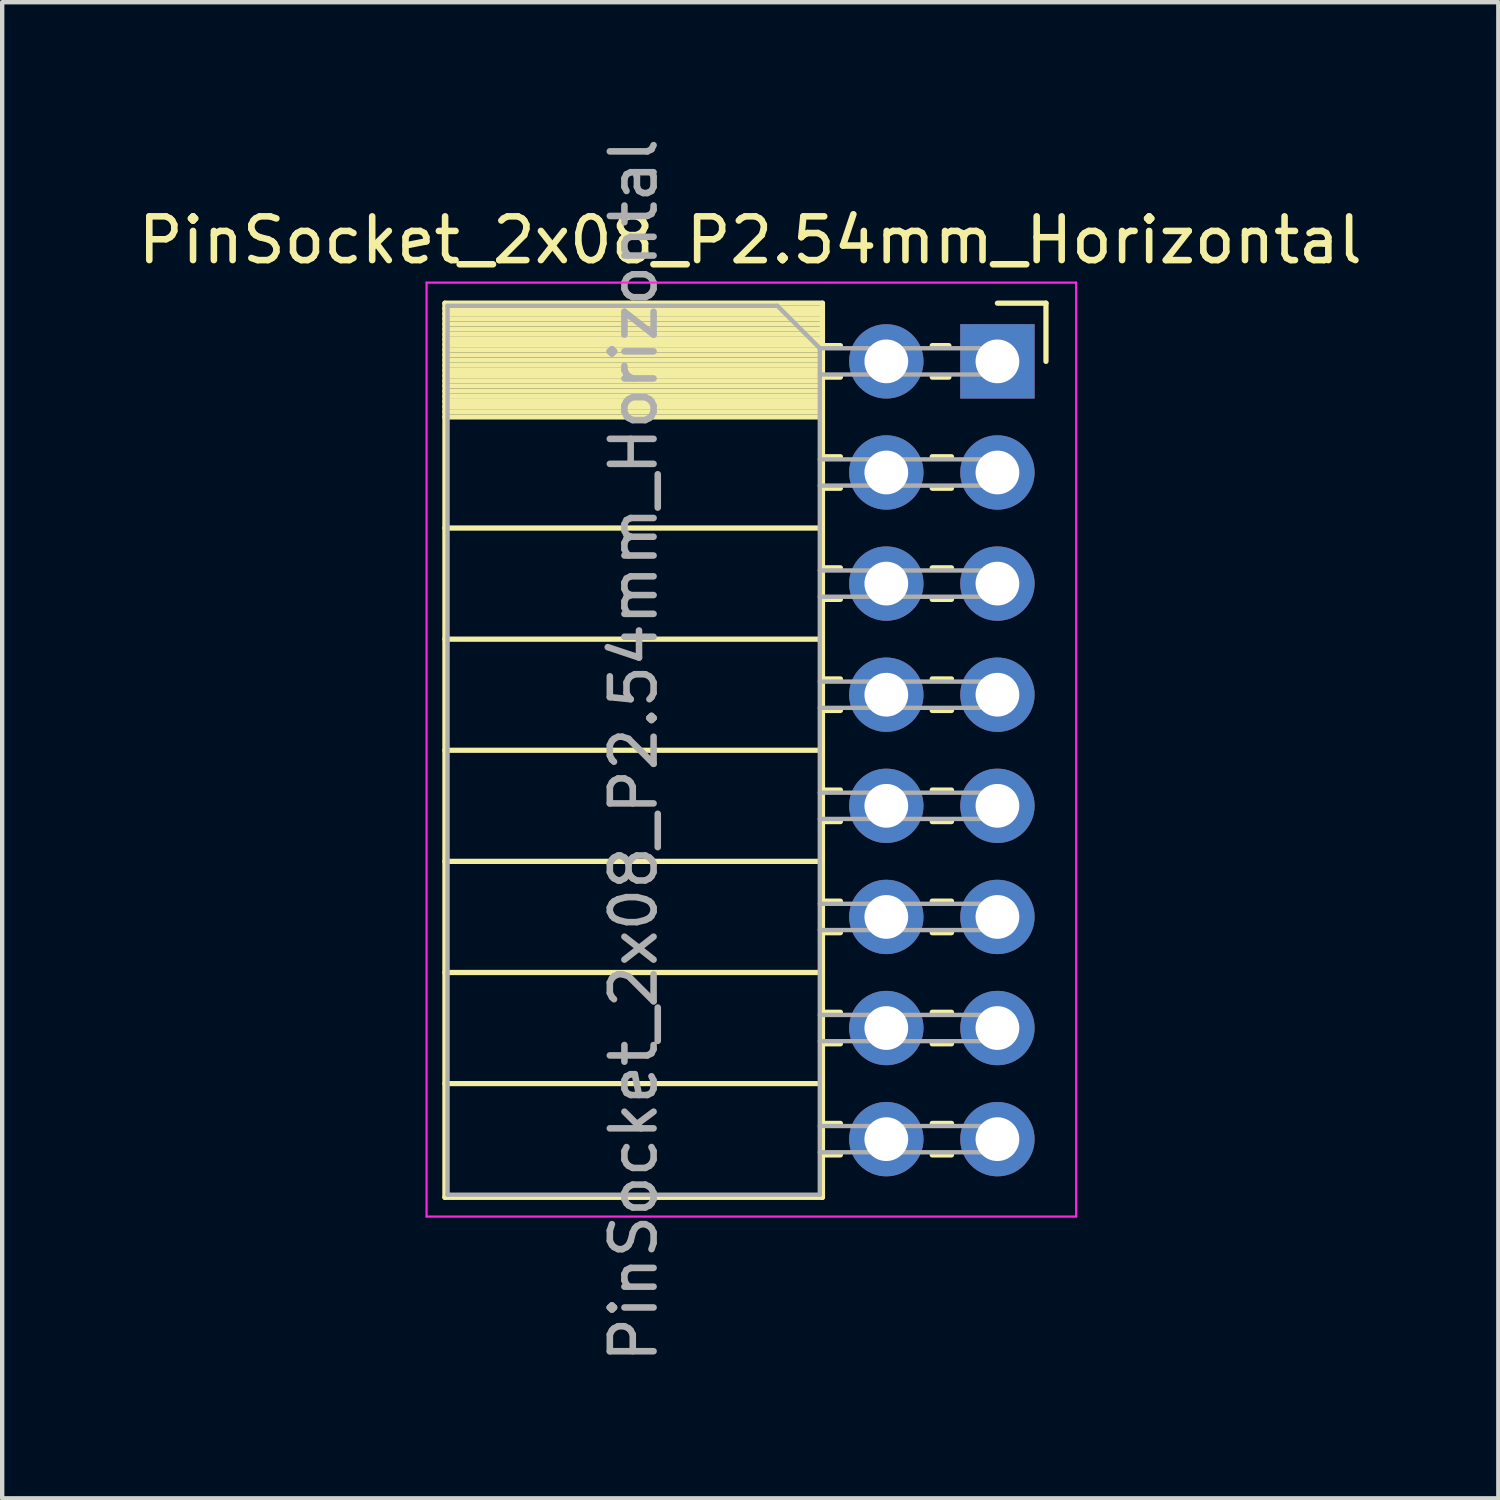
<source format=kicad_pcb>
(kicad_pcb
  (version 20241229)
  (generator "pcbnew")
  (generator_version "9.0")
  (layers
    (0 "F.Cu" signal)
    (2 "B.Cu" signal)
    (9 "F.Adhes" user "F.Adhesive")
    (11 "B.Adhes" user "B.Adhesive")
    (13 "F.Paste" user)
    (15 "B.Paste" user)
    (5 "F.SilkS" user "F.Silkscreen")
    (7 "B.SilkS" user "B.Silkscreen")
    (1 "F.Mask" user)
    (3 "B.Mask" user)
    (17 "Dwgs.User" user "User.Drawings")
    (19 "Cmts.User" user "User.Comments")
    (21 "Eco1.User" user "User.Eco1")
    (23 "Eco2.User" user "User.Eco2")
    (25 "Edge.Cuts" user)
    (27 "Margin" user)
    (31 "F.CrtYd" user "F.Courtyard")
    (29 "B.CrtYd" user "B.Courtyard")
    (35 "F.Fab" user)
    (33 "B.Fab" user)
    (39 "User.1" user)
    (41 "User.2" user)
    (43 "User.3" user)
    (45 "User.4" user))
  (footprint "PinSocket_2x08_P2.54mm_Horizontal"
    (layer "F.Cu")
    (at 19.751 5.211)
    (property "Reference" "PinSocket_2x08_P2.54mm_Horizontal" (at -5.65 -2.77 0) (layer "F.SilkS") (effects (font (size 1 1) (thickness 0.15))))
    (attr through_hole)
    (fp_line (start -12.63 -1.33) (end -12.63 19.11) (stroke (width 0.12) (type solid)) (layer "F.SilkS"))
    (fp_line (start -12.63 -1.33) (end -4 -1.33) (stroke (width 0.12) (type solid)) (layer "F.SilkS"))
    (fp_line (start -12.63 -1.21) (end -4 -1.21) (stroke (width 0.12) (type solid)) (layer "F.SilkS"))
    (fp_line (start -12.63 -1.092) (end -4 -1.092) (stroke (width 0.12) (type solid)) (layer "F.SilkS"))
    (fp_line (start -12.63 -0.974) (end -4 -0.974) (stroke (width 0.12) (type solid)) (layer "F.SilkS"))
    (fp_line (start -12.63 -0.856) (end -4 -0.856) (stroke (width 0.12) (type solid)) (layer "F.SilkS"))
    (fp_line (start -12.63 -0.738) (end -4 -0.738) (stroke (width 0.12) (type solid)) (layer "F.SilkS"))
    (fp_line (start -12.63 -0.62) (end -4 -0.62) (stroke (width 0.12) (type solid)) (layer "F.SilkS"))
    (fp_line (start -12.63 -0.501) (end -4 -0.501) (stroke (width 0.12) (type solid)) (layer "F.SilkS"))
    (fp_line (start -12.63 -0.383) (end -4 -0.383) (stroke (width 0.12) (type solid)) (layer "F.SilkS"))
    (fp_line (start -12.63 -0.265) (end -4 -0.265) (stroke (width 0.12) (type solid)) (layer "F.SilkS"))
    (fp_line (start -12.63 -0.147) (end -4 -0.147) (stroke (width 0.12) (type solid)) (layer "F.SilkS"))
    (fp_line (start -12.63 -0.029) (end -4 -0.029) (stroke (width 0.12) (type solid)) (layer "F.SilkS"))
    (fp_line (start -12.63 0.089) (end -4 0.089) (stroke (width 0.12) (type solid)) (layer "F.SilkS"))
    (fp_line (start -12.63 0.207) (end -4 0.207) (stroke (width 0.12) (type solid)) (layer "F.SilkS"))
    (fp_line (start -12.63 0.325) (end -4 0.325) (stroke (width 0.12) (type solid)) (layer "F.SilkS"))
    (fp_line (start -12.63 0.443) (end -4 0.443) (stroke (width 0.12) (type solid)) (layer "F.SilkS"))
    (fp_line (start -12.63 0.561) (end -4 0.561) (stroke (width 0.12) (type solid)) (layer "F.SilkS"))
    (fp_line (start -12.63 0.68) (end -4 0.68) (stroke (width 0.12) (type solid)) (layer "F.SilkS"))
    (fp_line (start -12.63 0.798) (end -4 0.798) (stroke (width 0.12) (type solid)) (layer "F.SilkS"))
    (fp_line (start -12.63 0.916) (end -4 0.916) (stroke (width 0.12) (type solid)) (layer "F.SilkS"))
    (fp_line (start -12.63 1.034) (end -4 1.034) (stroke (width 0.12) (type solid)) (layer "F.SilkS"))
    (fp_line (start -12.63 1.152) (end -4 1.152) (stroke (width 0.12) (type solid)) (layer "F.SilkS"))
    (fp_line (start -12.63 1.27) (end -4 1.27) (stroke (width 0.12) (type solid)) (layer "F.SilkS"))
    (fp_line (start -12.63 3.81) (end -4 3.81) (stroke (width 0.12) (type solid)) (layer "F.SilkS"))
    (fp_line (start -12.63 6.35) (end -4 6.35) (stroke (width 0.12) (type solid)) (layer "F.SilkS"))
    (fp_line (start -12.63 8.89) (end -4 8.89) (stroke (width 0.12) (type solid)) (layer "F.SilkS"))
    (fp_line (start -12.63 11.43) (end -4 11.43) (stroke (width 0.12) (type solid)) (layer "F.SilkS"))
    (fp_line (start -12.63 13.97) (end -4 13.97) (stroke (width 0.12) (type solid)) (layer "F.SilkS"))
    (fp_line (start -12.63 16.51) (end -4 16.51) (stroke (width 0.12) (type solid)) (layer "F.SilkS"))
    (fp_line (start -12.63 19.11) (end -4 19.11) (stroke (width 0.12) (type solid)) (layer "F.SilkS"))
    (fp_line (start -4 -1.33) (end -4 19.11) (stroke (width 0.12) (type solid)) (layer "F.SilkS"))
    (fp_line (start -4 -0.36) (end -3.59 -0.36) (stroke (width 0.12) (type solid)) (layer "F.SilkS"))
    (fp_line (start -4 0.36) (end -3.59 0.36) (stroke (width 0.12) (type solid)) (layer "F.SilkS"))
    (fp_line (start -4 2.18) (end -3.59 2.18) (stroke (width 0.12) (type solid)) (layer "F.SilkS"))
    (fp_line (start -4 2.9) (end -3.59 2.9) (stroke (width 0.12) (type solid)) (layer "F.SilkS"))
    (fp_line (start -4 4.72) (end -3.59 4.72) (stroke (width 0.12) (type solid)) (layer "F.SilkS"))
    (fp_line (start -4 5.44) (end -3.59 5.44) (stroke (width 0.12) (type solid)) (layer "F.SilkS"))
    (fp_line (start -4 7.26) (end -3.59 7.26) (stroke (width 0.12) (type solid)) (layer "F.SilkS"))
    (fp_line (start -4 7.98) (end -3.59 7.98) (stroke (width 0.12) (type solid)) (layer "F.SilkS"))
    (fp_line (start -4 9.8) (end -3.59 9.8) (stroke (width 0.12) (type solid)) (layer "F.SilkS"))
    (fp_line (start -4 10.52) (end -3.59 10.52) (stroke (width 0.12) (type solid)) (layer "F.SilkS"))
    (fp_line (start -4 12.34) (end -3.59 12.34) (stroke (width 0.12) (type solid)) (layer "F.SilkS"))
    (fp_line (start -4 13.06) (end -3.59 13.06) (stroke (width 0.12) (type solid)) (layer "F.SilkS"))
    (fp_line (start -4 14.88) (end -3.59 14.88) (stroke (width 0.12) (type solid)) (layer "F.SilkS"))
    (fp_line (start -4 15.6) (end -3.59 15.6) (stroke (width 0.12) (type solid)) (layer "F.SilkS"))
    (fp_line (start -4 17.42) (end -3.59 17.42) (stroke (width 0.12) (type solid)) (layer "F.SilkS"))
    (fp_line (start -4 18.14) (end -3.59 18.14) (stroke (width 0.12) (type solid)) (layer "F.SilkS"))
    (fp_line (start -1.49 -0.36) (end -1.11 -0.36) (stroke (width 0.12) (type solid)) (layer "F.SilkS"))
    (fp_line (start -1.49 0.36) (end -1.11 0.36) (stroke (width 0.12) (type solid)) (layer "F.SilkS"))
    (fp_line (start -1.49 2.18) (end -1.05 2.18) (stroke (width 0.12) (type solid)) (layer "F.SilkS"))
    (fp_line (start -1.49 2.9) (end -1.05 2.9) (stroke (width 0.12) (type solid)) (layer "F.SilkS"))
    (fp_line (start -1.49 4.72) (end -1.05 4.72) (stroke (width 0.12) (type solid)) (layer "F.SilkS"))
    (fp_line (start -1.49 5.44) (end -1.05 5.44) (stroke (width 0.12) (type solid)) (layer "F.SilkS"))
    (fp_line (start -1.49 7.26) (end -1.05 7.26) (stroke (width 0.12) (type solid)) (layer "F.SilkS"))
    (fp_line (start -1.49 7.98) (end -1.05 7.98) (stroke (width 0.12) (type solid)) (layer "F.SilkS"))
    (fp_line (start -1.49 9.8) (end -1.05 9.8) (stroke (width 0.12) (type solid)) (layer "F.SilkS"))
    (fp_line (start -1.49 10.52) (end -1.05 10.52) (stroke (width 0.12) (type solid)) (layer "F.SilkS"))
    (fp_line (start -1.49 12.34) (end -1.05 12.34) (stroke (width 0.12) (type solid)) (layer "F.SilkS"))
    (fp_line (start -1.49 13.06) (end -1.05 13.06) (stroke (width 0.12) (type solid)) (layer "F.SilkS"))
    (fp_line (start -1.49 14.88) (end -1.05 14.88) (stroke (width 0.12) (type solid)) (layer "F.SilkS"))
    (fp_line (start -1.49 15.6) (end -1.05 15.6) (stroke (width 0.12) (type solid)) (layer "F.SilkS"))
    (fp_line (start -1.49 17.42) (end -1.05 17.42) (stroke (width 0.12) (type solid)) (layer "F.SilkS"))
    (fp_line (start -1.49 18.14) (end -1.05 18.14) (stroke (width 0.12) (type solid)) (layer "F.SilkS"))
    (fp_line (start 0 -1.33) (end 1.11 -1.33) (stroke (width 0.12) (type solid)) (layer "F.SilkS"))
    (fp_line (start 1.11 -1.33) (end 1.11 0) (stroke (width 0.12) (type solid)) (layer "F.SilkS"))
    (fp_line (start -13.05 -1.8) (end -13.05 19.55) (stroke (width 0.05) (type solid)) (layer "F.CrtYd"))
    (fp_line (start -13.05 19.55) (end 1.8 19.55) (stroke (width 0.05) (type solid)) (layer "F.CrtYd"))
    (fp_line (start 1.8 -1.8) (end -13.05 -1.8) (stroke (width 0.05) (type solid)) (layer "F.CrtYd"))
    (fp_line (start 1.8 19.55) (end 1.8 -1.8) (stroke (width 0.05) (type solid)) (layer "F.CrtYd"))
    (fp_line (start -12.57 -1.27) (end -5.03 -1.27) (stroke (width 0.1) (type solid)) (layer "F.Fab"))
    (fp_line (start -12.57 19.05) (end -12.57 -1.27) (stroke (width 0.1) (type solid)) (layer "F.Fab"))
    (fp_line (start -5.03 -1.27) (end -4.06 -0.3) (stroke (width 0.1) (type solid)) (layer "F.Fab"))
    (fp_line (start -4.06 -0.3) (end -4.06 19.05) (stroke (width 0.1) (type solid)) (layer "F.Fab"))
    (fp_line (start -4.06 0.3) (end 0 0.3) (stroke (width 0.1) (type solid)) (layer "F.Fab"))
    (fp_line (start -4.06 2.84) (end 0 2.84) (stroke (width 0.1) (type solid)) (layer "F.Fab"))
    (fp_line (start -4.06 5.38) (end 0 5.38) (stroke (width 0.1) (type solid)) (layer "F.Fab"))
    (fp_line (start -4.06 7.92) (end 0 7.92) (stroke (width 0.1) (type solid)) (layer "F.Fab"))
    (fp_line (start -4.06 10.46) (end 0 10.46) (stroke (width 0.1) (type solid)) (layer "F.Fab"))
    (fp_line (start -4.06 13) (end 0 13) (stroke (width 0.1) (type solid)) (layer "F.Fab"))
    (fp_line (start -4.06 15.54) (end 0 15.54) (stroke (width 0.1) (type solid)) (layer "F.Fab"))
    (fp_line (start -4.06 18.08) (end 0 18.08) (stroke (width 0.1) (type solid)) (layer "F.Fab"))
    (fp_line (start -4.06 19.05) (end -12.57 19.05) (stroke (width 0.1) (type solid)) (layer "F.Fab"))
    (fp_line (start 0 -0.3) (end -4.06 -0.3) (stroke (width 0.1) (type solid)) (layer "F.Fab"))
    (fp_line (start 0 0.3) (end 0 -0.3) (stroke (width 0.1) (type solid)) (layer "F.Fab"))
    (fp_line (start 0 2.24) (end -4.06 2.24) (stroke (width 0.1) (type solid)) (layer "F.Fab"))
    (fp_line (start 0 2.84) (end 0 2.24) (stroke (width 0.1) (type solid)) (layer "F.Fab"))
    (fp_line (start 0 4.78) (end -4.06 4.78) (stroke (width 0.1) (type solid)) (layer "F.Fab"))
    (fp_line (start 0 5.38) (end 0 4.78) (stroke (width 0.1) (type solid)) (layer "F.Fab"))
    (fp_line (start 0 7.32) (end -4.06 7.32) (stroke (width 0.1) (type solid)) (layer "F.Fab"))
    (fp_line (start 0 7.92) (end 0 7.32) (stroke (width 0.1) (type solid)) (layer "F.Fab"))
    (fp_line (start 0 9.86) (end -4.06 9.86) (stroke (width 0.1) (type solid)) (layer "F.Fab"))
    (fp_line (start 0 10.46) (end 0 9.86) (stroke (width 0.1) (type solid)) (layer "F.Fab"))
    (fp_line (start 0 12.4) (end -4.06 12.4) (stroke (width 0.1) (type solid)) (layer "F.Fab"))
    (fp_line (start 0 13) (end 0 12.4) (stroke (width 0.1) (type solid)) (layer "F.Fab"))
    (fp_line (start 0 14.94) (end -4.06 14.94) (stroke (width 0.1) (type solid)) (layer "F.Fab"))
    (fp_line (start 0 15.54) (end 0 14.94) (stroke (width 0.1) (type solid)) (layer "F.Fab"))
    (fp_line (start 0 17.48) (end -4.06 17.48) (stroke (width 0.1) (type solid)) (layer "F.Fab"))
    (fp_line (start 0 18.08) (end 0 17.48) (stroke (width 0.1) (type solid)) (layer "F.Fab"))
    (fp_text user "${REFERENCE}" (at -8.315 8.89 90) (layer "F.Fab") (effects (font (size 1 1) (thickness 0.15))))
    (pad "1" thru_hole rect (at 0 0) (size 1.7 1.7) (drill 1) (layers "*.Cu" "*.Mask"))
    (pad "2" thru_hole oval (at -2.54 0) (size 1.7 1.7) (drill 1) (layers "*.Cu" "*.Mask"))
    (pad "3" thru_hole oval (at 0 2.54) (size 1.7 1.7) (drill 1) (layers "*.Cu" "*.Mask"))
    (pad "4" thru_hole oval (at -2.54 2.54) (size 1.7 1.7) (drill 1) (layers "*.Cu" "*.Mask"))
    (pad "5" thru_hole oval (at 0 5.08) (size 1.7 1.7) (drill 1) (layers "*.Cu" "*.Mask"))
    (pad "6" thru_hole oval (at -2.54 5.08) (size 1.7 1.7) (drill 1) (layers "*.Cu" "*.Mask"))
    (pad "7" thru_hole oval (at 0 7.62) (size 1.7 1.7) (drill 1) (layers "*.Cu" "*.Mask"))
    (pad "8" thru_hole oval (at -2.54 7.62) (size 1.7 1.7) (drill 1) (layers "*.Cu" "*.Mask"))
    (pad "9" thru_hole oval (at 0 10.16) (size 1.7 1.7) (drill 1) (layers "*.Cu" "*.Mask"))
    (pad "10" thru_hole oval (at -2.54 10.16) (size 1.7 1.7) (drill 1) (layers "*.Cu" "*.Mask"))
    (pad "11" thru_hole oval (at 0 12.7) (size 1.7 1.7) (drill 1) (layers "*.Cu" "*.Mask"))
    (pad "12" thru_hole oval (at -2.54 12.7) (size 1.7 1.7) (drill 1) (layers "*.Cu" "*.Mask"))
    (pad "13" thru_hole oval (at 0 15.24) (size 1.7 1.7) (drill 1) (layers "*.Cu" "*.Mask"))
    (pad "14" thru_hole oval (at -2.54 15.24) (size 1.7 1.7) (drill 1) (layers "*.Cu" "*.Mask"))
    (pad "15" thru_hole oval (at 0 17.78) (size 1.7 1.7) (drill 1) (layers "*.Cu" "*.Mask"))
    (pad "16" thru_hole oval (at -2.54 17.78) (size 1.7 1.7) (drill 1) (layers "*.Cu" "*.Mask")))
  (gr_rect
    (start -3 -3)
    (end 31.202 31.202)
    (stroke (width 0.1) (type default))
    (fill no)
    (layer "Edge.Cuts")))
</source>
